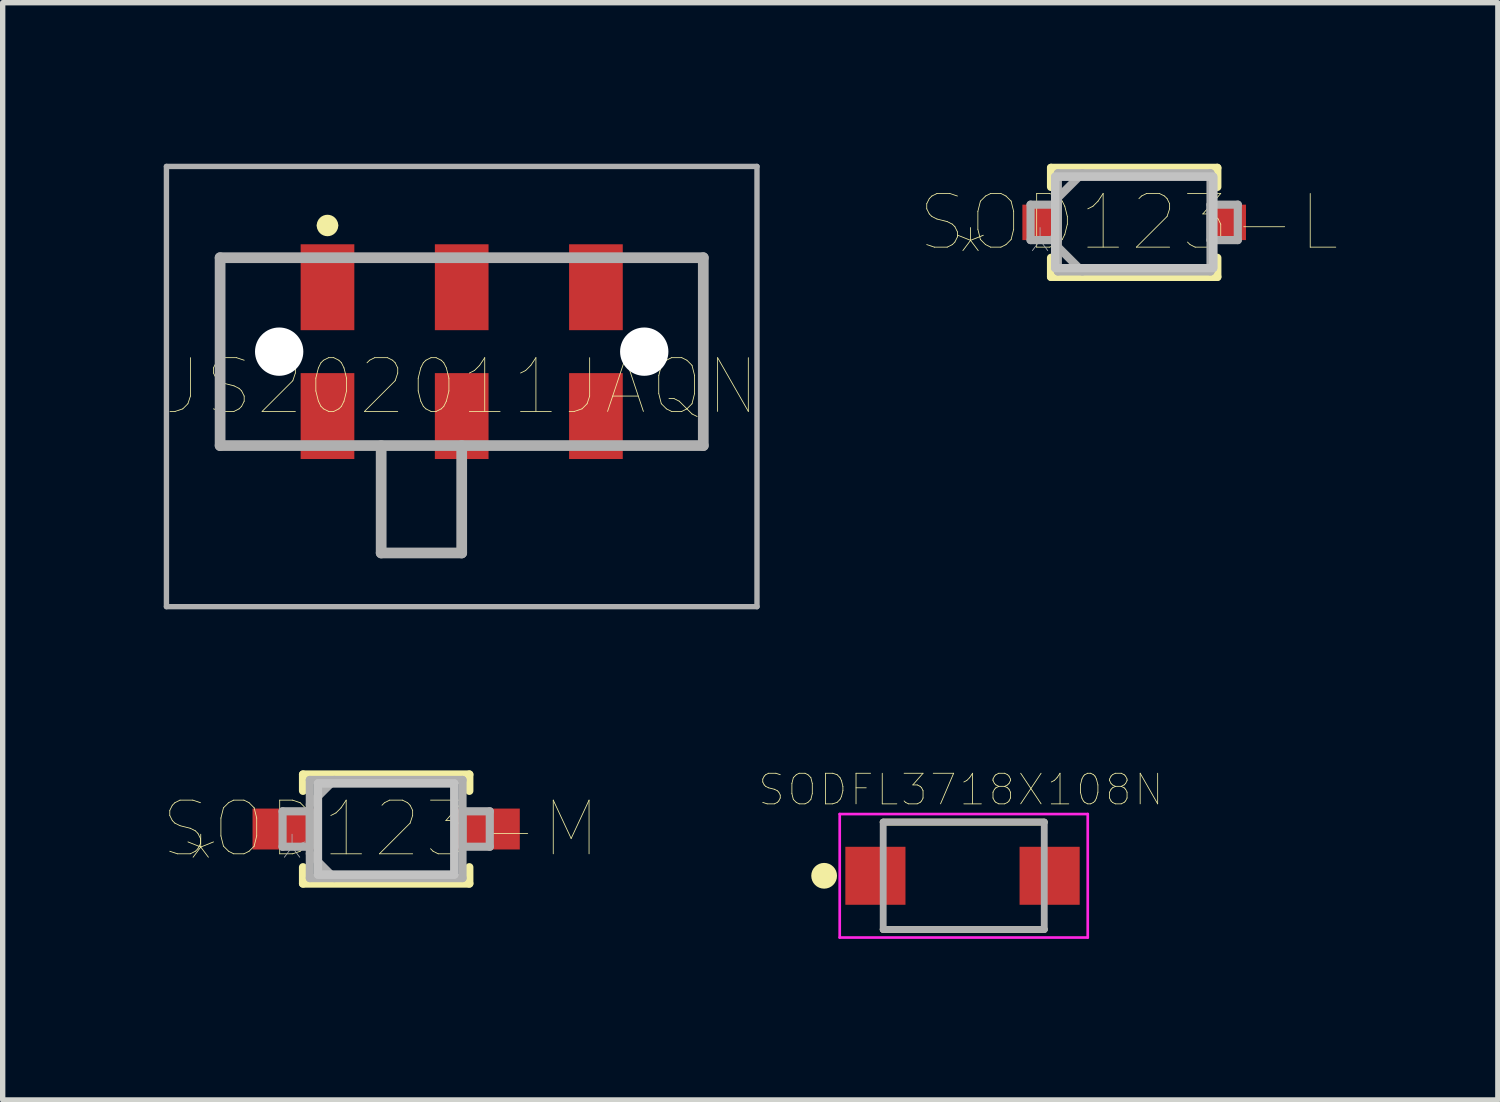
<source format=kicad_pcb>
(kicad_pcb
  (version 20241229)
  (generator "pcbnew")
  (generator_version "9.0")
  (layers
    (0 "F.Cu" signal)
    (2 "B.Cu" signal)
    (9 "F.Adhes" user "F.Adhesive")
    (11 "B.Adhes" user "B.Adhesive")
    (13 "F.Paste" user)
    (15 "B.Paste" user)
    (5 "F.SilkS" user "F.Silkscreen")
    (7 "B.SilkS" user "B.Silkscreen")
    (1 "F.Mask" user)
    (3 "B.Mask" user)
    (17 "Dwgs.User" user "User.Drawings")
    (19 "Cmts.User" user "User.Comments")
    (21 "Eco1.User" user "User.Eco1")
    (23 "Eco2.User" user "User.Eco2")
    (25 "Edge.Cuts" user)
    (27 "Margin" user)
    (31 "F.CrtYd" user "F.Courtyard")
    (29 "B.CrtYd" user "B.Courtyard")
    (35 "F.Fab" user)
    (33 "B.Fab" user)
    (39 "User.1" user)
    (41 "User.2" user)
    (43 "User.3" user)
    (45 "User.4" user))
  (footprint "SOD123-M"
    (layer "F.Cu")
    (at 4.143 12.392)
    (property "Reference" "SOD123-M" (at -0.102 0 0) (layer "F.SilkS") (effects (font (size 1 1) (thickness 0.015))))
    (attr through_hole)
    (fp_line (start -1.549 -1.016) (end -1.549 -0.711) (stroke (width 0.152) (type solid)) (layer "F.SilkS"))
    (fp_line (start -1.549 0.711) (end -1.549 1.016) (stroke (width 0.152) (type solid)) (layer "F.SilkS"))
    (fp_line (start -1.549 1.016) (end 1.549 1.016) (stroke (width 0.152) (type solid)) (layer "F.SilkS"))
    (fp_line (start 1.549 -1.016) (end -1.549 -1.016) (stroke (width 0.152) (type solid)) (layer "F.SilkS"))
    (fp_line (start 1.549 -0.711) (end 1.549 -1.016) (stroke (width 0.152) (type solid)) (layer "F.SilkS"))
    (fp_line (start 1.549 1.016) (end 1.549 0.711) (stroke (width 0.152) (type solid)) (layer "F.SilkS"))
    (fp_poly (pts (xy -1.27 -0.851) (xy 1.27 -0.851) (xy 1.27 0.851) (xy -1.27 0.851)) (stroke (width 0.152) (type solid)) (fill no) (layer "Dwgs.User"))
    (fp_poly (pts (xy -1.27 -0.851) (xy 1.27 -0.851) (xy 1.27 0.851) (xy -1.27 0.851)) (stroke (width 0.152) (type solid)) (fill no) (layer "Dwgs.User"))
    (fp_line (start -1.93 -0.33) (end -1.93 0.33) (stroke (width 0.152) (type solid)) (layer "F.Fab"))
    (fp_line (start -1.93 0.33) (end -1.422 0.33) (stroke (width 0.152) (type solid)) (layer "F.Fab"))
    (fp_line (start -1.422 -0.914) (end -1.422 0.914) (stroke (width 0.152) (type solid)) (layer "F.Fab"))
    (fp_line (start -1.422 -0.457) (end -0.965 -0.914) (stroke (width 0.152) (type solid)) (layer "F.Fab"))
    (fp_line (start -1.422 -0.33) (end -1.93 -0.33) (stroke (width 0.152) (type solid)) (layer "F.Fab"))
    (fp_line (start -1.422 0.33) (end -1.422 -0.33) (stroke (width 0.152) (type solid)) (layer "F.Fab"))
    (fp_line (start -1.422 0.457) (end -0.965 0.914) (stroke (width 0.152) (type solid)) (layer "F.Fab"))
    (fp_line (start -1.422 0.914) (end 1.422 0.914) (stroke (width 0.152) (type solid)) (layer "F.Fab"))
    (fp_line (start 1.422 -0.914) (end -1.422 -0.914) (stroke (width 0.152) (type solid)) (layer "F.Fab"))
    (fp_line (start 1.422 -0.33) (end 1.422 0.33) (stroke (width 0.152) (type solid)) (layer "F.Fab"))
    (fp_line (start 1.422 0.33) (end 1.93 0.33) (stroke (width 0.152) (type solid)) (layer "F.Fab"))
    (fp_line (start 1.422 0.914) (end 1.422 -0.914) (stroke (width 0.152) (type solid)) (layer "F.Fab"))
    (fp_line (start 1.93 -0.33) (end 1.422 -0.33) (stroke (width 0.152) (type solid)) (layer "F.Fab"))
    (fp_line (start 1.93 0.33) (end 1.93 -0.33) (stroke (width 0.152) (type solid)) (layer "F.Fab"))
    (fp_text user "*" (at -3.454 0.635 0) (layer "F.SilkS") (effects (font (size 1 1) (thickness 0.015))))
    (fp_text user "*" (at -1.753 0.635 0) (layer "F.Fab") (effects (font (size 1 1) (thickness 0.015))))
    (pad "1" smd rect (at -1.905 0) (size 1.168 0.762) (layers "F.Cu" "F.Mask" "F.Paste"))
    (pad "2" smd rect (at 1.905 0) (size 1.168 0.762) (layers "F.Cu" "F.Mask" "F.Paste")))
  (footprint "JS202011JAQN"
    (layer "F.Cu")
    (at 5.55 3.5)
    (property "Reference" "JS202011JAQN" (at 0 0.651 0) (layer "F.SilkS") (effects (font (size 1.001 1.001) (thickness 0.015))))
    (attr through_hole)
    (fp_line (start -4.5 -1.75) (end -4.5 1.75) (stroke (width 0.1) (type solid)) (layer "F.SilkS"))
    (fp_line (start -4.5 1.75) (end -3.5 1.75) (stroke (width 0.1) (type solid)) (layer "F.SilkS"))
    (fp_line (start -3.5 -1.75) (end -4.5 -1.75) (stroke (width 0.1) (type solid)) (layer "F.SilkS"))
    (fp_line (start -1.5 1.75) (end -1.5 3.75) (stroke (width 0.1) (type solid)) (layer "F.SilkS"))
    (fp_line (start -1.5 3.75) (end 0 3.75) (stroke (width 0.1) (type solid)) (layer "F.SilkS"))
    (fp_line (start 0 3.75) (end 0 2.25) (stroke (width 0.1) (type solid)) (layer "F.SilkS"))
    (fp_line (start 3.5 -1.75) (end 4.5 -1.75) (stroke (width 0.1) (type solid)) (layer "F.SilkS"))
    (fp_line (start 4.5 -1.75) (end 4.5 1.75) (stroke (width 0.1) (type solid)) (layer "F.SilkS"))
    (fp_line (start 4.5 1.75) (end 3.5 1.75) (stroke (width 0.1) (type solid)) (layer "F.SilkS"))
    (fp_arc (start -2.6 -2.35) (mid -2.5 -2.45) (end -2.4 -2.35) (stroke (width 0.2) (type solid)) (layer "F.SilkS"))
    (fp_arc (start -2.4 -2.35) (mid -2.5 -2.25) (end -2.6 -2.35) (stroke (width 0.2) (type solid)) (layer "F.SilkS"))
    (fp_line (start -5.5 -3.45) (end 5.5 -3.45) (stroke (width 0.1) (type solid)) (layer "F.Fab"))
    (fp_line (start -5.5 4.75) (end -5.5 -3.45) (stroke (width 0.1) (type solid)) (layer "F.Fab"))
    (fp_line (start -4.5 -1.75) (end 4.5 -1.75) (stroke (width 0.2) (type solid)) (layer "F.Fab"))
    (fp_line (start -4.5 1.75) (end -4.5 -1.75) (stroke (width 0.2) (type solid)) (layer "F.Fab"))
    (fp_line (start -1.5 3.75) (end -1.5 1.75) (stroke (width 0.2) (type solid)) (layer "F.Fab"))
    (fp_line (start 0 1.75) (end 0 3.75) (stroke (width 0.2) (type solid)) (layer "F.Fab"))
    (fp_line (start 0 3.75) (end -1.5 3.75) (stroke (width 0.2) (type solid)) (layer "F.Fab"))
    (fp_line (start 4.5 -1.75) (end 4.5 1.75) (stroke (width 0.2) (type solid)) (layer "F.Fab"))
    (fp_line (start 4.5 1.75) (end -4.5 1.75) (stroke (width 0.2) (type solid)) (layer "F.Fab"))
    (fp_line (start 5.5 -3.45) (end 5.5 4.75) (stroke (width 0.1) (type solid)) (layer "F.Fab"))
    (fp_line (start 5.5 4.75) (end -5.5 4.75) (stroke (width 0.1) (type solid)) (layer "F.Fab"))
    (pad "" np_thru_hole circle (at -3.4 0) (size 0.9 0.9) (drill 0.9) (layers "*.Cu" "*.Mask"))
    (pad "" np_thru_hole circle (at 3.4 0) (size 0.9 0.9) (drill 0.9) (layers "*.Cu" "*.Mask"))
    (pad "1" smd rect (at -2.5 -1.2) (size 1 1.6) (layers "F.Cu" "F.Mask" "F.Paste"))
    (pad "2" smd rect (at 0 -1.2) (size 1 1.6) (layers "F.Cu" "F.Mask" "F.Paste"))
    (pad "3" smd rect (at 2.5 -1.2) (size 1 1.6) (layers "F.Cu" "F.Mask" "F.Paste"))
    (pad "4" smd rect (at -2.5 1.2) (size 1 1.6) (layers "F.Cu" "F.Mask" "F.Paste"))
    (pad "5" smd rect (at 0 1.2) (size 1 1.6) (layers "F.Cu" "F.Mask" "F.Paste"))
    (pad "6" smd rect (at 2.5 1.2) (size 1 1.6) (layers "F.Cu" "F.Mask" "F.Paste")))
  (footprint "SOD123-L"
    (layer "F.Cu")
    (at 18.076 1.092)
    (property "Reference" "SOD123-L" (at -0.102 0 0) (layer "F.SilkS") (effects (font (size 1 1) (thickness 0.015))))
    (attr through_hole)
    (fp_line (start -1.549 -1.016) (end -1.549 -0.66) (stroke (width 0.152) (type solid)) (layer "F.SilkS"))
    (fp_line (start -1.549 0.66) (end -1.549 1.016) (stroke (width 0.152) (type solid)) (layer "F.SilkS"))
    (fp_line (start -1.549 1.016) (end 1.549 1.016) (stroke (width 0.152) (type solid)) (layer "F.SilkS"))
    (fp_line (start 1.549 -1.016) (end -1.549 -1.016) (stroke (width 0.152) (type solid)) (layer "F.SilkS"))
    (fp_line (start 1.549 -0.66) (end 1.549 -1.016) (stroke (width 0.152) (type solid)) (layer "F.SilkS"))
    (fp_line (start 1.549 1.016) (end 1.549 0.66) (stroke (width 0.152) (type solid)) (layer "F.SilkS"))
    (fp_poly (pts (xy -1.473 -0.851) (xy 1.473 -0.851) (xy 1.473 0.851) (xy -1.473 0.851)) (stroke (width 0.152) (type solid)) (fill no) (layer "Dwgs.User"))
    (fp_poly (pts (xy -1.473 -0.851) (xy 1.473 -0.851) (xy 1.473 0.851) (xy -1.473 0.851)) (stroke (width 0.152) (type solid)) (fill no) (layer "Dwgs.User"))
    (fp_line (start -1.93 -0.33) (end -1.93 0.33) (stroke (width 0.152) (type solid)) (layer "F.Fab"))
    (fp_line (start -1.93 0.33) (end -1.422 0.33) (stroke (width 0.152) (type solid)) (layer "F.Fab"))
    (fp_line (start -1.422 -0.914) (end -1.422 0.914) (stroke (width 0.152) (type solid)) (layer "F.Fab"))
    (fp_line (start -1.422 -0.457) (end -0.965 -0.914) (stroke (width 0.152) (type solid)) (layer "F.Fab"))
    (fp_line (start -1.422 -0.33) (end -1.93 -0.33) (stroke (width 0.152) (type solid)) (layer "F.Fab"))
    (fp_line (start -1.422 0.33) (end -1.422 -0.33) (stroke (width 0.152) (type solid)) (layer "F.Fab"))
    (fp_line (start -1.422 0.457) (end -0.965 0.914) (stroke (width 0.152) (type solid)) (layer "F.Fab"))
    (fp_line (start -1.422 0.914) (end 1.422 0.914) (stroke (width 0.152) (type solid)) (layer "F.Fab"))
    (fp_line (start 1.422 -0.914) (end -1.422 -0.914) (stroke (width 0.152) (type solid)) (layer "F.Fab"))
    (fp_line (start 1.422 -0.33) (end 1.422 0.33) (stroke (width 0.152) (type solid)) (layer "F.Fab"))
    (fp_line (start 1.422 0.33) (end 1.93 0.33) (stroke (width 0.152) (type solid)) (layer "F.Fab"))
    (fp_line (start 1.422 0.914) (end 1.422 -0.914) (stroke (width 0.152) (type solid)) (layer "F.Fab"))
    (fp_line (start 1.93 -0.33) (end 1.422 -0.33) (stroke (width 0.152) (type solid)) (layer "F.Fab"))
    (fp_line (start 1.93 0.33) (end 1.93 -0.33) (stroke (width 0.152) (type solid)) (layer "F.Fab"))
    (fp_text user "*" (at -3.048 0.635 0) (layer "F.SilkS") (effects (font (size 1 1) (thickness 0.015))))
    (fp_text user "*" (at -1.753 0.635 0) (layer "F.Fab") (effects (font (size 1 1) (thickness 0.015))))
    (pad "1" smd rect (at -1.803 0) (size 0.559 0.66) (layers "F.Cu" "F.Mask" "F.Paste"))
    (pad "2" smd rect (at 1.803 0) (size 0.559 0.66) (layers "F.Cu" "F.Mask" "F.Paste")))
  (footprint "SODFL3718X108N"
    (layer "F.Cu")
    (at 14.901 13.263)
    (property "Reference" "SODFL3718X108N" (at -0.052 -1.603 0) (layer "F.SilkS") (effects (font (size 0.57 0.57) (thickness 0.015))))
    (attr through_hole)
    (fp_line (start -1.5 -1) (end 1.5 -1) (stroke (width 0.127) (type solid)) (layer "F.SilkS"))
    (fp_line (start 1.5 1) (end -1.5 1) (stroke (width 0.127) (type solid)) (layer "F.SilkS"))
    (fp_circle (center -2.6 0) (end -2.48 0) (stroke (width 0.24) (type solid)) (fill no) (layer "F.SilkS"))
    (fp_line (start -2.31 -1.15) (end -2.31 1.15) (stroke (width 0.05) (type solid)) (layer "F.CrtYd"))
    (fp_line (start -2.31 1.15) (end 2.31 1.15) (stroke (width 0.05) (type solid)) (layer "F.CrtYd"))
    (fp_line (start 2.31 -1.15) (end -2.31 -1.15) (stroke (width 0.05) (type solid)) (layer "F.CrtYd"))
    (fp_line (start 2.31 1.15) (end 2.31 -1.15) (stroke (width 0.05) (type solid)) (layer "F.CrtYd"))
    (fp_line (start -1.5 -1) (end 1.5 -1) (stroke (width 0.127) (type solid)) (layer "F.Fab"))
    (fp_line (start -1.5 1) (end -1.5 -1) (stroke (width 0.127) (type solid)) (layer "F.Fab"))
    (fp_line (start 1.5 -1) (end 1.5 1) (stroke (width 0.127) (type solid)) (layer "F.Fab"))
    (fp_line (start 1.5 1) (end -1.5 1) (stroke (width 0.127) (type solid)) (layer "F.Fab"))
    (pad "A" smd rect (at 1.6 0) (size 1.12 1.08) (layers "F.Cu" "F.Mask" "F.Paste"))
    (pad "C" smd rect (at -1.645 0) (size 1.12 1.08) (layers "F.Cu" "F.Mask" "F.Paste")))
  (gr_rect
    (start -3 -3)
    (end 24.85 17.438)
    (stroke (width 0.1) (type default))
    (fill no)
    (layer "Edge.Cuts")))
</source>
